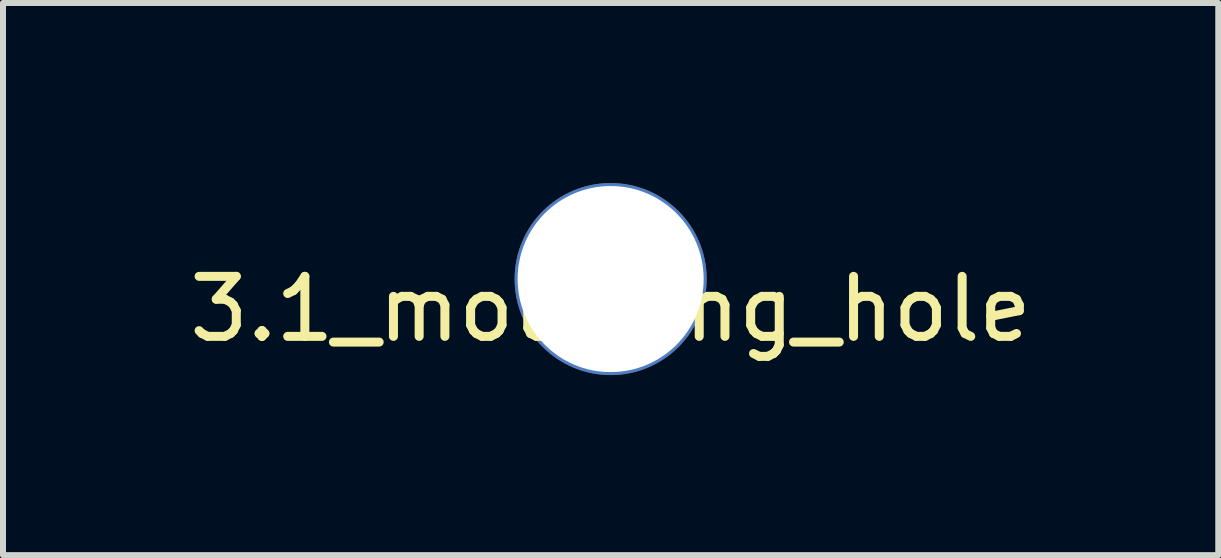
<source format=kicad_pcb>
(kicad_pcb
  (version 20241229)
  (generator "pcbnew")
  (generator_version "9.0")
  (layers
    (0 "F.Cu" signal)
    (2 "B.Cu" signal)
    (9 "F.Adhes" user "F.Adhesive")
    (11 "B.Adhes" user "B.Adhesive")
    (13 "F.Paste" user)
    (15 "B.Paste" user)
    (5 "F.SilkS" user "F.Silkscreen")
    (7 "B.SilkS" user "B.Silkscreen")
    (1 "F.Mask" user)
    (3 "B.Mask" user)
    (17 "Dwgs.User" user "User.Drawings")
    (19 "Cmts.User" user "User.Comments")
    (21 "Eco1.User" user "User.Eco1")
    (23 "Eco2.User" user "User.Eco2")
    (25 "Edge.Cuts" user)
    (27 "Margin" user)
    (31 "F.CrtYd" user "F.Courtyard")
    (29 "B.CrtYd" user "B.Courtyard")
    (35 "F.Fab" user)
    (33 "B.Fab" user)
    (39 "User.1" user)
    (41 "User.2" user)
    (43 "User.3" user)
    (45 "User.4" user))
  (footprint "3.1_mounting_hole"
    (layer "F.Cu")
    (at 7.125 1.6)
    (property "Reference" "3.1_mounting_hole" (at 0 0.5 0) (layer "F.SilkS") (effects (font (size 1 1) (thickness 0.15))))
    (attr through_hole)
    (pad "" thru_hole circle (at 0 0) (size 3.2 3.2) (drill 3.1) (layers "*.Cu" "*.Mask")))
  (gr_rect
    (start -3 -3)
    (end 17.25 6.2)
    (stroke (width 0.1) (type default))
    (fill no)
    (layer "Edge.Cuts")))
</source>
